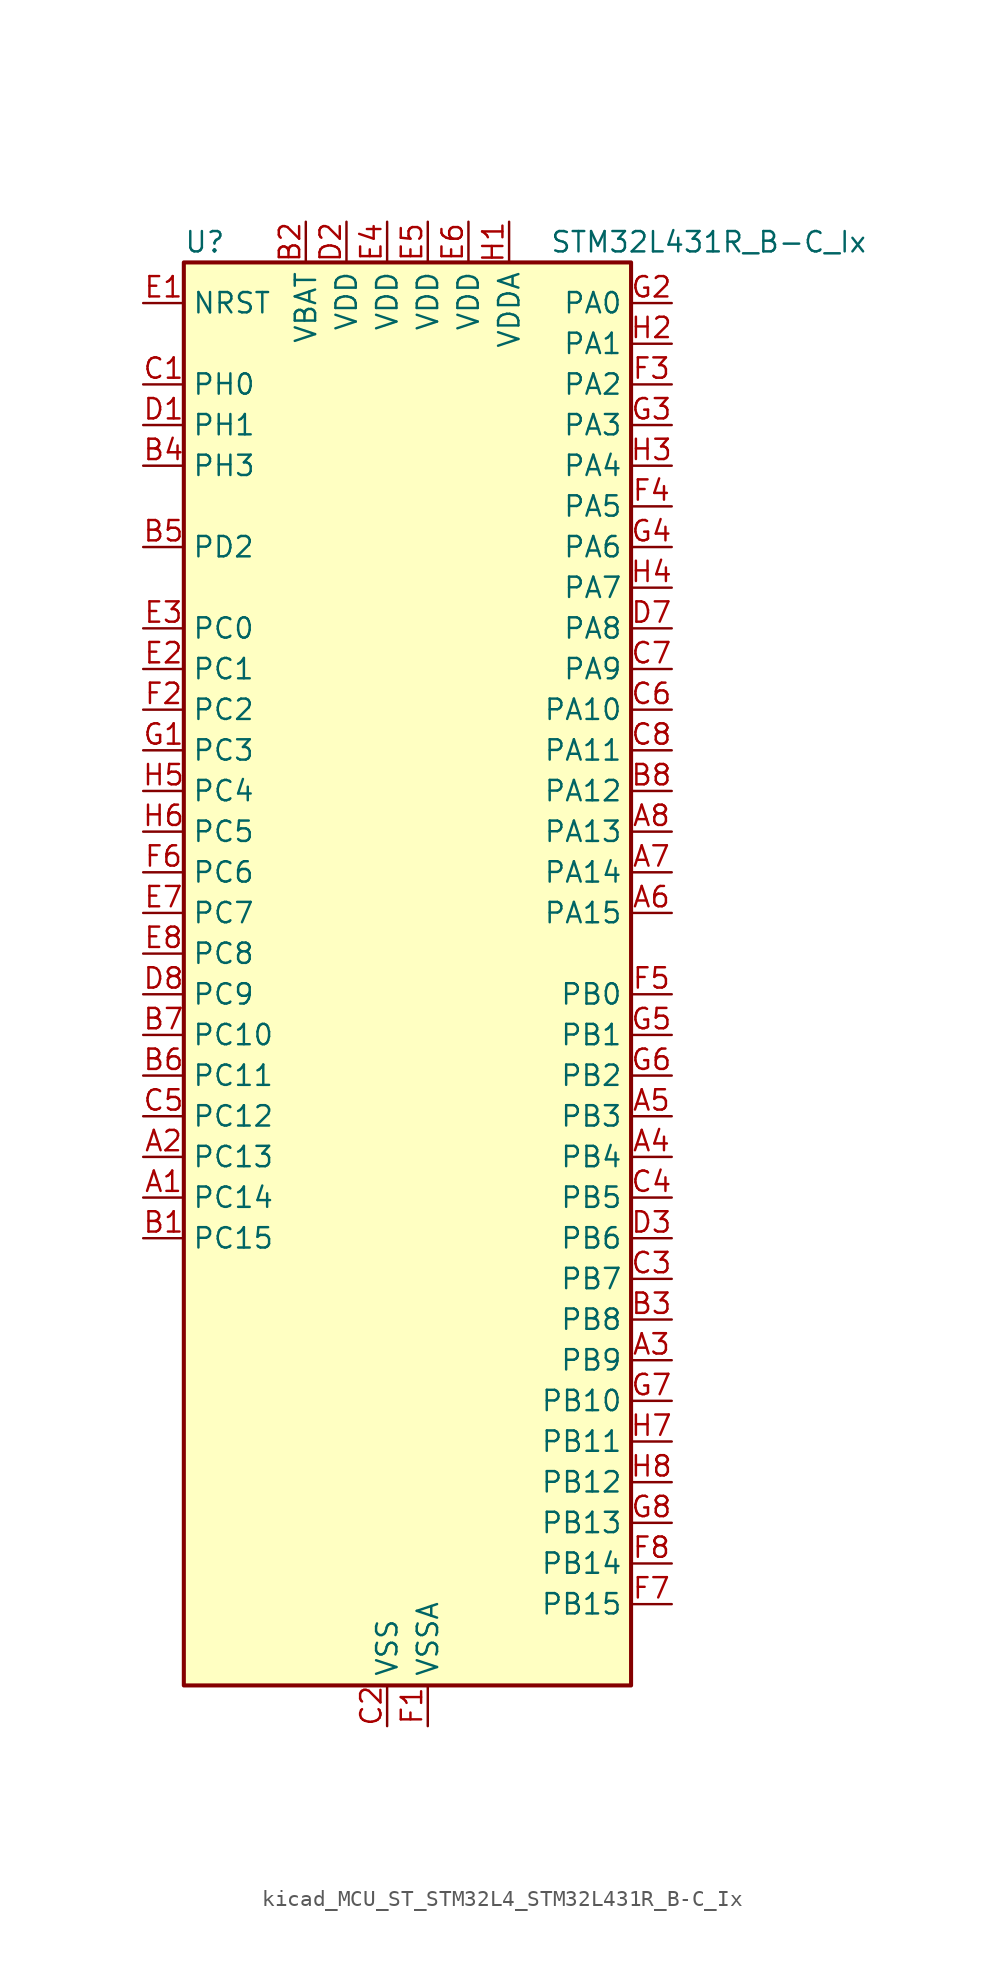
<source format=kicad_sym>
(kicad_symbol_lib
  (version 20220914)
  (generator kicad_symbol_editor)
  (symbol "kicad_MCU_ST_STM32L4_STM32L431R_B-C_Ix"
    (property "Reference" "U"
      (at -12.7 46.99 0)
      (effects (font (size 1.27 1.27)) (justify left)))
    (property "Value" "STM32L431R_B-C_Ix"
      (at 10.16 46.99 0)
      (effects (font (size 1.27 1.27)) (justify left)))
    (property "ki_locked" ""
      (at 0 0 0)
      (effects (font (size 1.27 1.27))))
    (symbol "kicad_MCU_ST_STM32L4_STM32L431R_B-C_Ix_0_1"
      (rectangle (start -12.7 -43.18) (end 15.24 45.72) (stroke (width 0.254) (type default)) (fill (type background))))
    (symbol "kicad_MCU_ST_STM32L4_STM32L431R_B-C_Ix_1_1"
      (pin bidirectional line (at -15.24 -12.7 0) (length 2.54) (name "PC14" (effects (font (size 1.27 1.27)))) (number "A1" (effects (font (size 1.27 1.27)))) (alternate "RCC_OSC32_IN" bidirectional line))
      (pin bidirectional line (at -15.24 -10.16 0) (length 2.54) (name "PC13" (effects (font (size 1.27 1.27)))) (number "A2" (effects (font (size 1.27 1.27)))) (alternate "RTC_OUT_ALARM" bidirectional line) (alternate "RTC_OUT_CALIB" bidirectional line) (alternate "RTC_TAMP1" bidirectional line) (alternate "RTC_TS" bidirectional line) (alternate "SYS_WKUP2" bidirectional line))
      (pin bidirectional line (at 17.78 -22.86 180) (length 2.54) (name "PB9" (effects (font (size 1.27 1.27)))) (number "A3" (effects (font (size 1.27 1.27)))) (alternate "CAN1_TX" bidirectional line) (alternate "DAC1_EXTI9" bidirectional line) (alternate "I2C1_SDA" bidirectional line) (alternate "IR_OUT" bidirectional line) (alternate "SAI1_FS_A" bidirectional line) (alternate "SDMMC1_D5" bidirectional line) (alternate "SPI2_NSS" bidirectional line))
      (pin bidirectional line (at 17.78 -10.16 180) (length 2.54) (name "PB4" (effects (font (size 1.27 1.27)))) (number "A4" (effects (font (size 1.27 1.27)))) (alternate "COMP2_INP" bidirectional line) (alternate "I2C3_SDA" bidirectional line) (alternate "SAI1_MCLK_B" bidirectional line) (alternate "SPI1_MISO" bidirectional line) (alternate "SPI3_MISO" bidirectional line) (alternate "SYS_JTRST" bidirectional line) (alternate "TSC_G2_IO1" bidirectional line) (alternate "USART1_CTS" bidirectional line))
      (pin bidirectional line (at 17.78 -7.62 180) (length 2.54) (name "PB3" (effects (font (size 1.27 1.27)))) (number "A5" (effects (font (size 1.27 1.27)))) (alternate "COMP2_INM" bidirectional line) (alternate "SAI1_SCK_B" bidirectional line) (alternate "SPI1_SCK" bidirectional line) (alternate "SPI3_SCK" bidirectional line) (alternate "SYS_JTDO-SWO" bidirectional line) (alternate "TIM2_CH2" bidirectional line) (alternate "USART1_DE" bidirectional line) (alternate "USART1_RTS" bidirectional line))
      (pin bidirectional line (at 17.78 5.08 180) (length 2.54) (name "PA15" (effects (font (size 1.27 1.27)))) (number "A6" (effects (font (size 1.27 1.27)))) (alternate "ADC1_EXTI15" bidirectional line) (alternate "SPI1_NSS" bidirectional line) (alternate "SPI3_NSS" bidirectional line) (alternate "SWPMI1_SUSPEND" bidirectional line) (alternate "SYS_JTDI" bidirectional line) (alternate "TIM2_CH1" bidirectional line) (alternate "TIM2_ETR" bidirectional line) (alternate "TSC_G3_IO1" bidirectional line) (alternate "USART2_RX" bidirectional line) (alternate "USART3_DE" bidirectional line) (alternate "USART3_RTS" bidirectional line))
      (pin bidirectional line (at 17.78 7.62 180) (length 2.54) (name "PA14" (effects (font (size 1.27 1.27)))) (number "A7" (effects (font (size 1.27 1.27)))) (alternate "I2C1_SMBA" bidirectional line) (alternate "LPTIM1_OUT" bidirectional line) (alternate "SAI1_FS_B" bidirectional line) (alternate "SWPMI1_RX" bidirectional line) (alternate "SYS_JTCK-SWCLK" bidirectional line))
      (pin bidirectional line (at 17.78 10.16 180) (length 2.54) (name "PA13" (effects (font (size 1.27 1.27)))) (number "A8" (effects (font (size 1.27 1.27)))) (alternate "IR_OUT" bidirectional line) (alternate "SAI1_SD_B" bidirectional line) (alternate "SWPMI1_TX" bidirectional line) (alternate "SYS_JTMS-SWDIO" bidirectional line))
      (pin bidirectional line (at -15.24 -15.24 0) (length 2.54) (name "PC15" (effects (font (size 1.27 1.27)))) (number "B1" (effects (font (size 1.27 1.27)))) (alternate "ADC1_EXTI15" bidirectional line) (alternate "RCC_OSC32_OUT" bidirectional line))
      (pin power_in line (at -5.08 48.26 270) (length 2.54) (name "VBAT" (effects (font (size 1.27 1.27)))) (number "B2" (effects (font (size 1.27 1.27)))))
      (pin bidirectional line (at 17.78 -20.32 180) (length 2.54) (name "PB8" (effects (font (size 1.27 1.27)))) (number "B3" (effects (font (size 1.27 1.27)))) (alternate "CAN1_RX" bidirectional line) (alternate "I2C1_SCL" bidirectional line) (alternate "SAI1_MCLK_A" bidirectional line) (alternate "SDMMC1_D4" bidirectional line) (alternate "TIM16_CH1" bidirectional line))
      (pin bidirectional line (at -15.24 33.02 0) (length 2.54) (name "PH3" (effects (font (size 1.27 1.27)))) (number "B4" (effects (font (size 1.27 1.27)))))
      (pin bidirectional line (at -15.24 27.94 0) (length 2.54) (name "PD2" (effects (font (size 1.27 1.27)))) (number "B5" (effects (font (size 1.27 1.27)))) (alternate "SDMMC1_CMD" bidirectional line) (alternate "TSC_SYNC" bidirectional line) (alternate "USART3_DE" bidirectional line) (alternate "USART3_RTS" bidirectional line))
      (pin bidirectional line (at -15.24 -5.08 0) (length 2.54) (name "PC11" (effects (font (size 1.27 1.27)))) (number "B6" (effects (font (size 1.27 1.27)))) (alternate "ADC1_EXTI11" bidirectional line) (alternate "SDMMC1_D3" bidirectional line) (alternate "SPI3_MISO" bidirectional line) (alternate "TSC_G3_IO3" bidirectional line) (alternate "USART3_RX" bidirectional line))
      (pin bidirectional line (at -15.24 -2.54 0) (length 2.54) (name "PC10" (effects (font (size 1.27 1.27)))) (number "B7" (effects (font (size 1.27 1.27)))) (alternate "SDMMC1_D2" bidirectional line) (alternate "SPI3_SCK" bidirectional line) (alternate "TSC_G3_IO2" bidirectional line) (alternate "USART3_TX" bidirectional line))
      (pin bidirectional line (at 17.78 12.7 180) (length 2.54) (name "PA12" (effects (font (size 1.27 1.27)))) (number "B8" (effects (font (size 1.27 1.27)))) (alternate "CAN1_TX" bidirectional line) (alternate "SPI1_MOSI" bidirectional line) (alternate "TIM1_ETR" bidirectional line) (alternate "USART1_DE" bidirectional line) (alternate "USART1_RTS" bidirectional line))
      (pin bidirectional line (at -15.24 38.1 0) (length 2.54) (name "PH0" (effects (font (size 1.27 1.27)))) (number "C1" (effects (font (size 1.27 1.27)))) (alternate "RCC_OSC_IN" bidirectional line))
      (pin power_in line (at 0 -45.72 90) (length 2.54) (name "VSS" (effects (font (size 1.27 1.27)))) (number "C2" (effects (font (size 1.27 1.27)))))
      (pin bidirectional line (at 17.78 -17.78 180) (length 2.54) (name "PB7" (effects (font (size 1.27 1.27)))) (number "C3" (effects (font (size 1.27 1.27)))) (alternate "COMP2_INM" bidirectional line) (alternate "I2C1_SDA" bidirectional line) (alternate "LPTIM1_IN2" bidirectional line) (alternate "SYS_PVD_IN" bidirectional line) (alternate "TSC_G2_IO4" bidirectional line) (alternate "USART1_RX" bidirectional line))
      (pin bidirectional line (at 17.78 -12.7 180) (length 2.54) (name "PB5" (effects (font (size 1.27 1.27)))) (number "C4" (effects (font (size 1.27 1.27)))) (alternate "COMP2_OUT" bidirectional line) (alternate "I2C1_SMBA" bidirectional line) (alternate "LPTIM1_IN1" bidirectional line) (alternate "SAI1_SD_B" bidirectional line) (alternate "SPI1_MOSI" bidirectional line) (alternate "SPI3_MOSI" bidirectional line) (alternate "TIM16_BKIN" bidirectional line) (alternate "TSC_G2_IO2" bidirectional line) (alternate "USART1_CK" bidirectional line))
      (pin bidirectional line (at -15.24 -7.62 0) (length 2.54) (name "PC12" (effects (font (size 1.27 1.27)))) (number "C5" (effects (font (size 1.27 1.27)))) (alternate "SDMMC1_CK" bidirectional line) (alternate "SPI3_MOSI" bidirectional line) (alternate "TSC_G3_IO4" bidirectional line) (alternate "USART3_CK" bidirectional line))
      (pin bidirectional line (at 17.78 17.78 180) (length 2.54) (name "PA10" (effects (font (size 1.27 1.27)))) (number "C6" (effects (font (size 1.27 1.27)))) (alternate "I2C1_SDA" bidirectional line) (alternate "SAI1_SD_A" bidirectional line) (alternate "TIM1_CH3" bidirectional line) (alternate "USART1_RX" bidirectional line))
      (pin bidirectional line (at 17.78 20.32 180) (length 2.54) (name "PA9" (effects (font (size 1.27 1.27)))) (number "C7" (effects (font (size 1.27 1.27)))) (alternate "DAC1_EXTI9" bidirectional line) (alternate "I2C1_SCL" bidirectional line) (alternate "SAI1_FS_A" bidirectional line) (alternate "TIM15_BKIN" bidirectional line) (alternate "TIM1_CH2" bidirectional line) (alternate "USART1_TX" bidirectional line))
      (pin bidirectional line (at 17.78 15.24 180) (length 2.54) (name "PA11" (effects (font (size 1.27 1.27)))) (number "C8" (effects (font (size 1.27 1.27)))) (alternate "ADC1_EXTI11" bidirectional line) (alternate "CAN1_RX" bidirectional line) (alternate "COMP1_OUT" bidirectional line) (alternate "SPI1_MISO" bidirectional line) (alternate "TIM1_BKIN2" bidirectional line) (alternate "TIM1_BKIN2_COMP1" bidirectional line) (alternate "TIM1_CH4" bidirectional line) (alternate "USART1_CTS" bidirectional line))
      (pin bidirectional line (at -15.24 35.56 0) (length 2.54) (name "PH1" (effects (font (size 1.27 1.27)))) (number "D1" (effects (font (size 1.27 1.27)))) (alternate "RCC_OSC_OUT" bidirectional line))
      (pin power_in line (at -2.54 48.26 270) (length 2.54) (name "VDD" (effects (font (size 1.27 1.27)))) (number "D2" (effects (font (size 1.27 1.27)))))
      (pin bidirectional line (at 17.78 -15.24 180) (length 2.54) (name "PB6" (effects (font (size 1.27 1.27)))) (number "D3" (effects (font (size 1.27 1.27)))) (alternate "COMP2_INP" bidirectional line) (alternate "I2C1_SCL" bidirectional line) (alternate "LPTIM1_ETR" bidirectional line) (alternate "SAI1_FS_B" bidirectional line) (alternate "TIM16_CH1N" bidirectional line) (alternate "TSC_G2_IO3" bidirectional line) (alternate "USART1_TX" bidirectional line))
      (pin passive line (at 0 -45.72 90) (length 2.54) hide (name "VSS" (effects (font (size 1.27 1.27)))) (number "D4" (effects (font (size 1.27 1.27)))))
      (pin passive line (at 0 -45.72 90) (length 2.54) hide (name "VSS" (effects (font (size 1.27 1.27)))) (number "D5" (effects (font (size 1.27 1.27)))))
      (pin passive line (at 0 -45.72 90) (length 2.54) hide (name "VSS" (effects (font (size 1.27 1.27)))) (number "D6" (effects (font (size 1.27 1.27)))))
      (pin bidirectional line (at 17.78 22.86 180) (length 2.54) (name "PA8" (effects (font (size 1.27 1.27)))) (number "D7" (effects (font (size 1.27 1.27)))) (alternate "LPTIM2_OUT" bidirectional line) (alternate "RCC_MCO" bidirectional line) (alternate "SAI1_SCK_A" bidirectional line) (alternate "SWPMI1_IO" bidirectional line) (alternate "TIM1_CH1" bidirectional line) (alternate "USART1_CK" bidirectional line))
      (pin bidirectional line (at -15.24 0 0) (length 2.54) (name "PC9" (effects (font (size 1.27 1.27)))) (number "D8" (effects (font (size 1.27 1.27)))) (alternate "DAC1_EXTI9" bidirectional line) (alternate "SDMMC1_D1" bidirectional line) (alternate "TSC_G4_IO4" bidirectional line))
      (pin input line (at -15.24 43.18 0) (length 2.54) (name "NRST" (effects (font (size 1.27 1.27)))) (number "E1" (effects (font (size 1.27 1.27)))))
      (pin bidirectional line (at -15.24 20.32 0) (length 2.54) (name "PC1" (effects (font (size 1.27 1.27)))) (number "E2" (effects (font (size 1.27 1.27)))) (alternate "ADC1_IN2" bidirectional line) (alternate "I2C3_SDA" bidirectional line) (alternate "LPTIM1_OUT" bidirectional line) (alternate "LPUART1_TX" bidirectional line))
      (pin bidirectional line (at -15.24 22.86 0) (length 2.54) (name "PC0" (effects (font (size 1.27 1.27)))) (number "E3" (effects (font (size 1.27 1.27)))) (alternate "ADC1_IN1" bidirectional line) (alternate "I2C3_SCL" bidirectional line) (alternate "LPTIM1_IN1" bidirectional line) (alternate "LPTIM2_IN1" bidirectional line) (alternate "LPUART1_RX" bidirectional line))
      (pin power_in line (at 0 48.26 270) (length 2.54) (name "VDD" (effects (font (size 1.27 1.27)))) (number "E4" (effects (font (size 1.27 1.27)))))
      (pin power_in line (at 2.54 48.26 270) (length 2.54) (name "VDD" (effects (font (size 1.27 1.27)))) (number "E5" (effects (font (size 1.27 1.27)))))
      (pin power_in line (at 5.08 48.26 270) (length 2.54) (name "VDD" (effects (font (size 1.27 1.27)))) (number "E6" (effects (font (size 1.27 1.27)))))
      (pin bidirectional line (at -15.24 5.08 0) (length 2.54) (name "PC7" (effects (font (size 1.27 1.27)))) (number "E7" (effects (font (size 1.27 1.27)))) (alternate "SDMMC1_D7" bidirectional line) (alternate "TSC_G4_IO2" bidirectional line))
      (pin bidirectional line (at -15.24 2.54 0) (length 2.54) (name "PC8" (effects (font (size 1.27 1.27)))) (number "E8" (effects (font (size 1.27 1.27)))) (alternate "SDMMC1_D0" bidirectional line) (alternate "TSC_G4_IO3" bidirectional line))
      (pin power_in line (at 2.54 -45.72 90) (length 2.54) (name "VSSA" (effects (font (size 1.27 1.27)))) (number "F1" (effects (font (size 1.27 1.27)))))
      (pin bidirectional line (at -15.24 17.78 0) (length 2.54) (name "PC2" (effects (font (size 1.27 1.27)))) (number "F2" (effects (font (size 1.27 1.27)))) (alternate "ADC1_IN3" bidirectional line) (alternate "LPTIM1_IN2" bidirectional line) (alternate "SPI2_MISO" bidirectional line))
      (pin bidirectional line (at 17.78 38.1 180) (length 2.54) (name "PA2" (effects (font (size 1.27 1.27)))) (number "F3" (effects (font (size 1.27 1.27)))) (alternate "ADC1_IN7" bidirectional line) (alternate "COMP2_INM" bidirectional line) (alternate "COMP2_OUT" bidirectional line) (alternate "LPUART1_TX" bidirectional line) (alternate "QUADSPI_BK1_NCS" bidirectional line) (alternate "RCC_LSCO" bidirectional line) (alternate "SYS_WKUP4" bidirectional line) (alternate "TIM15_CH1" bidirectional line) (alternate "TIM2_CH3" bidirectional line) (alternate "USART2_TX" bidirectional line))
      (pin bidirectional line (at 17.78 30.48 180) (length 2.54) (name "PA5" (effects (font (size 1.27 1.27)))) (number "F4" (effects (font (size 1.27 1.27)))) (alternate "ADC1_IN10" bidirectional line) (alternate "COMP1_INM" bidirectional line) (alternate "COMP2_INM" bidirectional line) (alternate "DAC1_OUT2" bidirectional line) (alternate "LPTIM2_ETR" bidirectional line) (alternate "SPI1_SCK" bidirectional line) (alternate "TIM2_CH1" bidirectional line) (alternate "TIM2_ETR" bidirectional line))
      (pin bidirectional line (at 17.78 0 180) (length 2.54) (name "PB0" (effects (font (size 1.27 1.27)))) (number "F5" (effects (font (size 1.27 1.27)))) (alternate "ADC1_IN15" bidirectional line) (alternate "COMP1_OUT" bidirectional line) (alternate "QUADSPI_BK1_IO1" bidirectional line) (alternate "SAI1_EXTCLK" bidirectional line) (alternate "SPI1_NSS" bidirectional line) (alternate "TIM1_CH2N" bidirectional line) (alternate "USART3_CK" bidirectional line))
      (pin bidirectional line (at -15.24 7.62 0) (length 2.54) (name "PC6" (effects (font (size 1.27 1.27)))) (number "F6" (effects (font (size 1.27 1.27)))) (alternate "SDMMC1_D6" bidirectional line) (alternate "TSC_G4_IO1" bidirectional line))
      (pin bidirectional line (at 17.78 -38.1 180) (length 2.54) (name "PB15" (effects (font (size 1.27 1.27)))) (number "F7" (effects (font (size 1.27 1.27)))) (alternate "ADC1_EXTI15" bidirectional line) (alternate "RTC_REFIN" bidirectional line) (alternate "SAI1_SD_A" bidirectional line) (alternate "SPI2_MOSI" bidirectional line) (alternate "SWPMI1_SUSPEND" bidirectional line) (alternate "TIM15_CH2" bidirectional line) (alternate "TIM1_CH3N" bidirectional line) (alternate "TSC_G1_IO4" bidirectional line))
      (pin bidirectional line (at 17.78 -35.56 180) (length 2.54) (name "PB14" (effects (font (size 1.27 1.27)))) (number "F8" (effects (font (size 1.27 1.27)))) (alternate "I2C2_SDA" bidirectional line) (alternate "SAI1_MCLK_A" bidirectional line) (alternate "SPI2_MISO" bidirectional line) (alternate "SWPMI1_RX" bidirectional line) (alternate "TIM15_CH1" bidirectional line) (alternate "TIM1_CH2N" bidirectional line) (alternate "TSC_G1_IO3" bidirectional line) (alternate "USART3_DE" bidirectional line) (alternate "USART3_RTS" bidirectional line))
      (pin bidirectional line (at -15.24 15.24 0) (length 2.54) (name "PC3" (effects (font (size 1.27 1.27)))) (number "G1" (effects (font (size 1.27 1.27)))) (alternate "ADC1_IN4" bidirectional line) (alternate "LPTIM1_ETR" bidirectional line) (alternate "LPTIM2_ETR" bidirectional line) (alternate "SAI1_SD_A" bidirectional line) (alternate "SPI2_MOSI" bidirectional line))
      (pin bidirectional line (at 17.78 43.18 180) (length 2.54) (name "PA0" (effects (font (size 1.27 1.27)))) (number "G2" (effects (font (size 1.27 1.27)))) (alternate "ADC1_IN5" bidirectional line) (alternate "COMP1_INM" bidirectional line) (alternate "COMP1_OUT" bidirectional line) (alternate "OPAMP1_VINP" bidirectional line) (alternate "RTC_TAMP2" bidirectional line) (alternate "SAI1_EXTCLK" bidirectional line) (alternate "SYS_WKUP1" bidirectional line) (alternate "TIM2_CH1" bidirectional line) (alternate "TIM2_ETR" bidirectional line) (alternate "USART2_CTS" bidirectional line))
      (pin bidirectional line (at 17.78 35.56 180) (length 2.54) (name "PA3" (effects (font (size 1.27 1.27)))) (number "G3" (effects (font (size 1.27 1.27)))) (alternate "ADC1_IN8" bidirectional line) (alternate "COMP2_INP" bidirectional line) (alternate "LPUART1_RX" bidirectional line) (alternate "OPAMP1_VOUT" bidirectional line) (alternate "QUADSPI_CLK" bidirectional line) (alternate "SAI1_MCLK_A" bidirectional line) (alternate "TIM15_CH2" bidirectional line) (alternate "TIM2_CH4" bidirectional line) (alternate "USART2_RX" bidirectional line))
      (pin bidirectional line (at 17.78 27.94 180) (length 2.54) (name "PA6" (effects (font (size 1.27 1.27)))) (number "G4" (effects (font (size 1.27 1.27)))) (alternate "ADC1_IN11" bidirectional line) (alternate "COMP1_OUT" bidirectional line) (alternate "LPUART1_CTS" bidirectional line) (alternate "QUADSPI_BK1_IO3" bidirectional line) (alternate "SPI1_MISO" bidirectional line) (alternate "TIM16_CH1" bidirectional line) (alternate "TIM1_BKIN" bidirectional line) (alternate "TIM1_BKIN_COMP2" bidirectional line) (alternate "USART3_CTS" bidirectional line))
      (pin bidirectional line (at 17.78 -2.54 180) (length 2.54) (name "PB1" (effects (font (size 1.27 1.27)))) (number "G5" (effects (font (size 1.27 1.27)))) (alternate "ADC1_IN16" bidirectional line) (alternate "COMP1_INM" bidirectional line) (alternate "LPTIM2_IN1" bidirectional line) (alternate "LPUART1_DE" bidirectional line) (alternate "LPUART1_RTS" bidirectional line) (alternate "QUADSPI_BK1_IO0" bidirectional line) (alternate "TIM1_CH3N" bidirectional line) (alternate "USART3_DE" bidirectional line) (alternate "USART3_RTS" bidirectional line))
      (pin bidirectional line (at 17.78 -5.08 180) (length 2.54) (name "PB2" (effects (font (size 1.27 1.27)))) (number "G6" (effects (font (size 1.27 1.27)))) (alternate "COMP1_INP" bidirectional line) (alternate "I2C3_SMBA" bidirectional line) (alternate "LPTIM1_OUT" bidirectional line) (alternate "RTC_OUT_ALARM" bidirectional line) (alternate "RTC_OUT_CALIB" bidirectional line))
      (pin bidirectional line (at 17.78 -25.4 180) (length 2.54) (name "PB10" (effects (font (size 1.27 1.27)))) (number "G7" (effects (font (size 1.27 1.27)))) (alternate "COMP1_OUT" bidirectional line) (alternate "I2C2_SCL" bidirectional line) (alternate "LPUART1_RX" bidirectional line) (alternate "QUADSPI_CLK" bidirectional line) (alternate "SAI1_SCK_A" bidirectional line) (alternate "SPI2_SCK" bidirectional line) (alternate "TIM2_CH3" bidirectional line) (alternate "TSC_SYNC" bidirectional line) (alternate "USART3_TX" bidirectional line))
      (pin bidirectional line (at 17.78 -33.02 180) (length 2.54) (name "PB13" (effects (font (size 1.27 1.27)))) (number "G8" (effects (font (size 1.27 1.27)))) (alternate "I2C2_SCL" bidirectional line) (alternate "LPUART1_CTS" bidirectional line) (alternate "SAI1_SCK_A" bidirectional line) (alternate "SPI2_SCK" bidirectional line) (alternate "SWPMI1_TX" bidirectional line) (alternate "TIM15_CH1N" bidirectional line) (alternate "TIM1_CH1N" bidirectional line) (alternate "TSC_G1_IO2" bidirectional line) (alternate "USART3_CTS" bidirectional line))
      (pin power_in line (at 7.62 48.26 270) (length 2.54) (name "VDDA" (effects (font (size 1.27 1.27)))) (number "H1" (effects (font (size 1.27 1.27)))))
      (pin bidirectional line (at 17.78 40.64 180) (length 2.54) (name "PA1" (effects (font (size 1.27 1.27)))) (number "H2" (effects (font (size 1.27 1.27)))) (alternate "ADC1_IN6" bidirectional line) (alternate "COMP1_INP" bidirectional line) (alternate "I2C1_SMBA" bidirectional line) (alternate "OPAMP1_VINM" bidirectional line) (alternate "SPI1_SCK" bidirectional line) (alternate "TIM15_CH1N" bidirectional line) (alternate "TIM2_CH2" bidirectional line) (alternate "USART2_DE" bidirectional line) (alternate "USART2_RTS" bidirectional line))
      (pin bidirectional line (at 17.78 33.02 180) (length 2.54) (name "PA4" (effects (font (size 1.27 1.27)))) (number "H3" (effects (font (size 1.27 1.27)))) (alternate "ADC1_IN9" bidirectional line) (alternate "COMP1_INM" bidirectional line) (alternate "COMP2_INM" bidirectional line) (alternate "DAC1_OUT1" bidirectional line) (alternate "LPTIM2_OUT" bidirectional line) (alternate "SAI1_FS_B" bidirectional line) (alternate "SPI1_NSS" bidirectional line) (alternate "SPI3_NSS" bidirectional line) (alternate "USART2_CK" bidirectional line))
      (pin bidirectional line (at 17.78 25.4 180) (length 2.54) (name "PA7" (effects (font (size 1.27 1.27)))) (number "H4" (effects (font (size 1.27 1.27)))) (alternate "ADC1_IN12" bidirectional line) (alternate "COMP2_OUT" bidirectional line) (alternate "I2C3_SCL" bidirectional line) (alternate "QUADSPI_BK1_IO2" bidirectional line) (alternate "SPI1_MOSI" bidirectional line) (alternate "TIM1_CH1N" bidirectional line))
      (pin bidirectional line (at -15.24 12.7 0) (length 2.54) (name "PC4" (effects (font (size 1.27 1.27)))) (number "H5" (effects (font (size 1.27 1.27)))) (alternate "ADC1_IN13" bidirectional line) (alternate "COMP1_INM" bidirectional line) (alternate "USART3_TX" bidirectional line))
      (pin bidirectional line (at -15.24 10.16 0) (length 2.54) (name "PC5" (effects (font (size 1.27 1.27)))) (number "H6" (effects (font (size 1.27 1.27)))) (alternate "ADC1_IN14" bidirectional line) (alternate "COMP1_INP" bidirectional line) (alternate "SYS_WKUP5" bidirectional line) (alternate "USART3_RX" bidirectional line))
      (pin bidirectional line (at 17.78 -27.94 180) (length 2.54) (name "PB11" (effects (font (size 1.27 1.27)))) (number "H7" (effects (font (size 1.27 1.27)))) (alternate "ADC1_EXTI11" bidirectional line) (alternate "COMP2_OUT" bidirectional line) (alternate "I2C2_SDA" bidirectional line) (alternate "LPUART1_TX" bidirectional line) (alternate "QUADSPI_BK1_NCS" bidirectional line) (alternate "TIM2_CH4" bidirectional line) (alternate "USART3_RX" bidirectional line))
      (pin bidirectional line (at 17.78 -30.48 180) (length 2.54) (name "PB12" (effects (font (size 1.27 1.27)))) (number "H8" (effects (font (size 1.27 1.27)))) (alternate "I2C2_SMBA" bidirectional line) (alternate "LPUART1_DE" bidirectional line) (alternate "LPUART1_RTS" bidirectional line) (alternate "SAI1_FS_A" bidirectional line) (alternate "SPI2_NSS" bidirectional line) (alternate "SWPMI1_IO" bidirectional line) (alternate "TIM15_BKIN" bidirectional line) (alternate "TIM1_BKIN" bidirectional line) (alternate "TIM1_BKIN_COMP2" bidirectional line) (alternate "TSC_G1_IO1" bidirectional line) (alternate "USART3_CK" bidirectional line)))))
</source>
